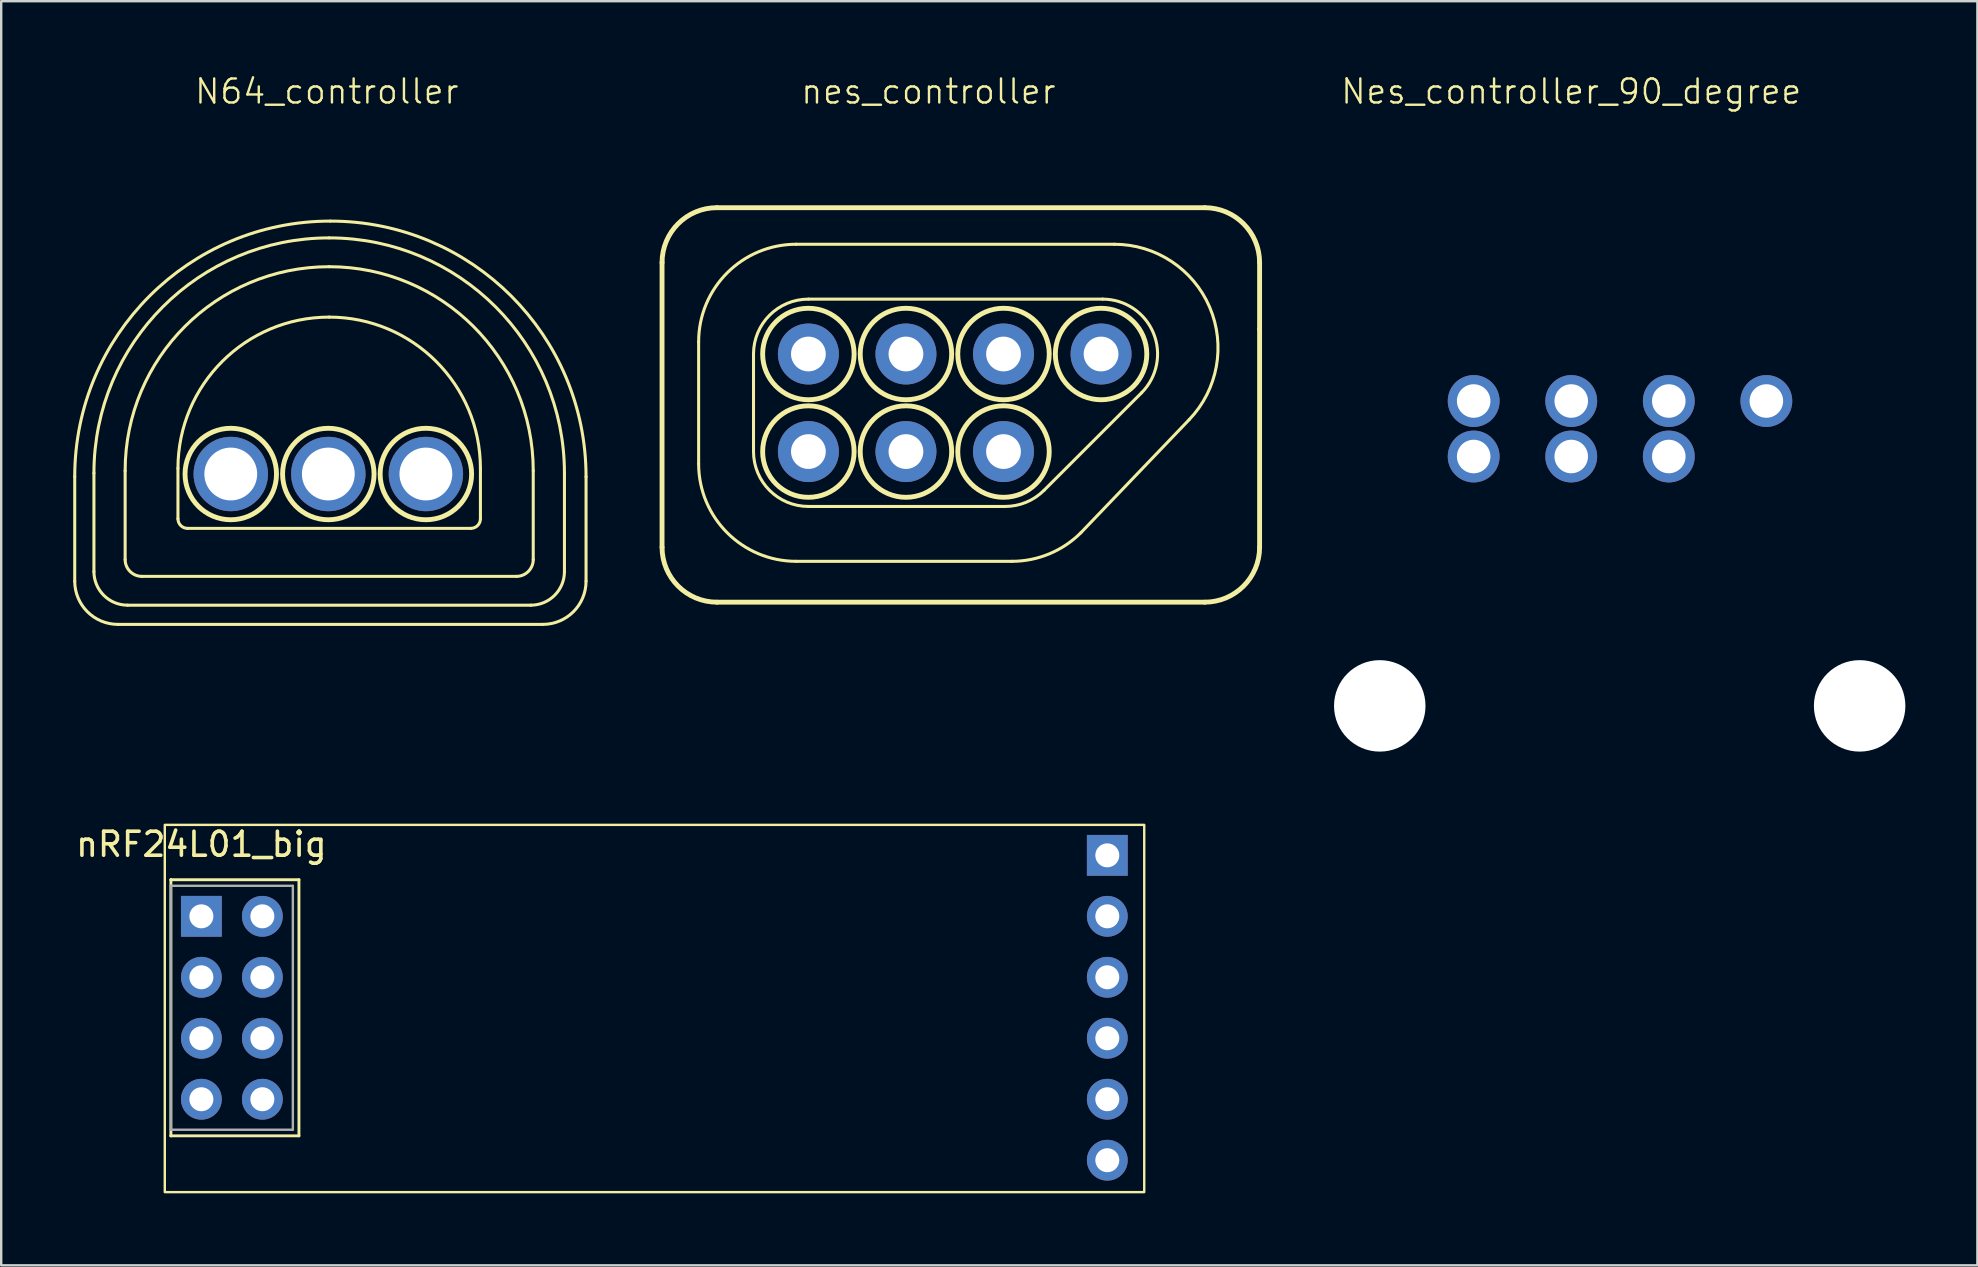
<source format=kicad_pcb>
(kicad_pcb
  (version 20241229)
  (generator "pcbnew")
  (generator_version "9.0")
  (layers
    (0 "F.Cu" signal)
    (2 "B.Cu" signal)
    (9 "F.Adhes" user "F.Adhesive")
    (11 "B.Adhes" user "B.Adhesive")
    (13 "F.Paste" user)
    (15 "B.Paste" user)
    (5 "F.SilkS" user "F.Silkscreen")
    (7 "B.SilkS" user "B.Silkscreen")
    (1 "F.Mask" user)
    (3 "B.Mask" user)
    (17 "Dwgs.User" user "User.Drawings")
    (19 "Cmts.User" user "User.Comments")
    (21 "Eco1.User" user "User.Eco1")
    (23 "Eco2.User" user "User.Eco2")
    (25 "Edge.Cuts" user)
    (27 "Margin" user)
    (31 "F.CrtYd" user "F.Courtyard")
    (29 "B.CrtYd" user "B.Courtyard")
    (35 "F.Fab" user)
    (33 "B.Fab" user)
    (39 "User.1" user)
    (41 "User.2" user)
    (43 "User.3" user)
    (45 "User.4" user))
  (footprint "N64_controller"
    (layer "F.Cu")
    (at 10.563 1.26)
    (property "Reference" "N64_controller" (at 0 -0.5 0) (unlocked yes) (layer "F.SilkS") (effects (font (size 1 1) (thickness 0.1))))
    (attr through_hole)
    (fp_line (start -10.5 19.9) (end -10.5 15.55) (stroke (width 0.127) (type solid)) (layer "F.SilkS"))
    (fp_line (start -9.7 19.5) (end -9.7 15.4) (stroke (width 0.127) (type solid)) (layer "F.SilkS"))
    (fp_line (start -8.7 21.7) (end 9 21.7) (stroke (width 0.127) (type solid)) (layer "F.SilkS"))
    (fp_line (start -8.4 19) (end -8.4 15.3) (stroke (width 0.127) (type solid)) (layer "F.SilkS"))
    (fp_line (start -8.3 20.9) (end 8.5 20.9) (stroke (width 0.127) (type solid)) (layer "F.SilkS"))
    (fp_line (start -7.7 19.7) (end 7.9 19.7) (stroke (width 0.127) (type solid)) (layer "F.SilkS"))
    (fp_line (start -6.2 17.3) (end -6.2 15.2) (stroke (width 0.127) (type solid)) (layer "F.SilkS"))
    (fp_line (start -5.8 17.7) (end 6 17.7) (stroke (width 0.127) (type solid)) (layer "F.SilkS"))
    (fp_line (start 6.4 17.3) (end 6.4 15.2) (stroke (width 0.127) (type solid)) (layer "F.SilkS"))
    (fp_line (start 8.6 19) (end 8.6 15.3) (stroke (width 0.127) (type solid)) (layer "F.SilkS"))
    (fp_line (start 9.9 19.5) (end 9.9 15.4) (stroke (width 0.127) (type solid)) (layer "F.SilkS"))
    (fp_line (start 10.8 19.9) (end 10.8 15.55) (stroke (width 0.127) (type solid)) (layer "F.SilkS"))
    (fp_arc (start -10.5 15.55) (mid -7.380687 8.019313) (end 0.15 4.9) (stroke (width 0.127) (type solid)) (layer "F.SilkS"))
    (fp_arc (start -9.7 15.4) (mid -6.829646 8.470354) (end 0.1 5.6) (stroke (width 0.127) (type solid)) (layer "F.SilkS"))
    (fp_arc (start -8.7 21.7) (mid -9.972792 21.172792) (end -10.5 19.9) (stroke (width 0.127) (type solid)) (layer "F.SilkS"))
    (fp_arc (start -8.4 15.3) (mid -5.910407 9.289593) (end 0.100001 6.800001) (stroke (width 0.127) (type solid)) (layer "F.SilkS"))
    (fp_arc (start -8.3 20.9) (mid -9.289949 20.489949) (end -9.7 19.5) (stroke (width 0.127) (type solid)) (layer "F.SilkS"))
    (fp_arc (start -7.7 19.7) (mid -8.194975 19.494975) (end -8.4 19) (stroke (width 0.127) (type solid)) (layer "F.SilkS"))
    (fp_arc (start -6.2 15.2) (mid -4.354772 10.745228) (end 0.100001 8.900001) (stroke (width 0.127) (type solid)) (layer "F.SilkS"))
    (fp_arc (start -5.8 17.7) (mid -6.082843 17.582843) (end -6.2 17.3) (stroke (width 0.127) (type solid)) (layer "F.SilkS"))
    (fp_arc (start 0.099998 6.8) (mid 6.110407 9.289592) (end 8.6 15.3) (stroke (width 0.127) (type solid)) (layer "F.SilkS"))
    (fp_arc (start 0.099998 8.9) (mid 4.554772 10.745227) (end 6.4 15.2) (stroke (width 0.127) (type solid)) (layer "F.SilkS"))
    (fp_arc (start 0.1 5.6) (mid 7.029646 8.470354) (end 9.9 15.4) (stroke (width 0.127) (type solid)) (layer "F.SilkS"))
    (fp_arc (start 0.149999 4.899999) (mid 7.680688 8.019312) (end 10.8 15.55) (stroke (width 0.127) (type solid)) (layer "F.SilkS"))
    (fp_arc (start 6.4 17.3) (mid 6.282843 17.582843) (end 6 17.7) (stroke (width 0.127) (type solid)) (layer "F.SilkS"))
    (fp_arc (start 8.6 19) (mid 8.394975 19.494975) (end 7.9 19.7) (stroke (width 0.127) (type solid)) (layer "F.SilkS"))
    (fp_arc (start 9.9 19.5) (mid 9.489949 20.489949) (end 8.5 20.9) (stroke (width 0.127) (type solid)) (layer "F.SilkS"))
    (fp_arc (start 10.8 19.9) (mid 10.272792 21.172792) (end 9 21.7) (stroke (width 0.127) (type solid)) (layer "F.SilkS"))
    (fp_circle (center -4 15.436) (end -2.095 15.436) (stroke (width 0.203) (type solid)) (fill no) (layer "F.SilkS"))
    (fp_circle (center 0.064 15.436) (end 1.969 15.436) (stroke (width 0.203) (type solid)) (fill no) (layer "F.SilkS"))
    (fp_circle (center 4.128 15.436) (end 6.033 15.436) (stroke (width 0.203) (type solid)) (fill no) (layer "F.SilkS"))
    (pad "1" thru_hole circle (at -4 15.436) (size 3.1 3.1) (drill 2.2) (layers "*.Cu" "*.Mask"))
    (pad "2" thru_hole circle (at 0.064 15.436) (size 3.1 3.1) (drill 2.2) (layers "*.Cu" "*.Mask"))
    (pad "3" thru_hole circle (at 4.128 15.436) (size 3.1 3.1) (drill 2.2) (layers "*.Cu" "*.Mask")))
  (footprint "nRF24L01_big"
    (layer "F.Cu")
    (at 5.339 35.121)
    (property "Reference" "nRF24L01_big" (at 0 -3 0) (layer "F.SilkS") (effects (font (size 1 1) (thickness 0.15))))
    (attr through_hole)
    (fp_line (start -1.27 -1.524) (end -1.27 -1.524) (stroke (width 0.12) (type solid)) (layer "F.SilkS"))
    (fp_line (start -1.27 -1.524) (end 4.064 -1.524) (stroke (width 0.12) (type solid)) (layer "F.SilkS"))
    (fp_line (start -1.27 9.144) (end -1.27 -1.524) (stroke (width 0.12) (type solid)) (layer "F.SilkS"))
    (fp_line (start -1.27 9.144) (end -1.27 9.144) (stroke (width 0.12) (type solid)) (layer "F.SilkS"))
    (fp_line (start 4.064 -1.524) (end 4.064 9.144) (stroke (width 0.12) (type solid)) (layer "F.SilkS"))
    (fp_line (start 4.064 9.144) (end -1.27 9.144) (stroke (width 0.12) (type solid)) (layer "F.SilkS"))
    (fp_rect (start -1.524 -3.81) (end 39.276 11.49) (stroke (width 0.1) (type default)) (fill no) (layer "F.SilkS"))
    (fp_line (start -1.27 -1.27) (end -1.27 -1.27) (stroke (width 0.1) (type solid)) (layer "F.Fab"))
    (fp_line (start -1.27 -1.27) (end 3.81 -1.27) (stroke (width 0.1) (type solid)) (layer "F.Fab"))
    (fp_line (start -1.27 8.89) (end -1.27 -1.27) (stroke (width 0.1) (type solid)) (layer "F.Fab"))
    (fp_line (start 3.81 -1.27) (end 3.81 8.89) (stroke (width 0.1) (type solid)) (layer "F.Fab"))
    (fp_line (start 3.81 8.89) (end -1.27 8.89) (stroke (width 0.1) (type solid)) (layer "F.Fab"))
    (pad "0" thru_hole rect (at 37.738 -2.54) (size 1.7 1.7) (drill 1) (layers "*.Cu" "*.Mask"))
    (pad "0" thru_hole oval (at 37.738 0) (size 1.7 1.7) (drill 1) (layers "*.Cu" "*.Mask"))
    (pad "0" thru_hole oval (at 37.738 2.54) (size 1.7 1.7) (drill 1) (layers "*.Cu" "*.Mask"))
    (pad "0" thru_hole oval (at 37.738 5.08) (size 1.7 1.7) (drill 1) (layers "*.Cu" "*.Mask"))
    (pad "0" thru_hole oval (at 37.738 7.62) (size 1.7 1.7) (drill 1) (layers "*.Cu" "*.Mask"))
    (pad "0" thru_hole oval (at 37.738 10.16) (size 1.7 1.7) (drill 1) (layers "*.Cu" "*.Mask"))
    (pad "1" thru_hole rect (at 0 0) (size 1.7 1.7) (drill 1) (layers "*.Cu" "*.Mask"))
    (pad "2" thru_hole circle (at 2.54 0) (size 1.7 1.7) (drill 1) (layers "*.Cu" "*.Mask"))
    (pad "3" thru_hole circle (at 0 2.54) (size 1.7 1.7) (drill 1) (layers "*.Cu" "*.Mask"))
    (pad "4" thru_hole circle (at 2.54 2.54) (size 1.7 1.7) (drill 1) (layers "*.Cu" "*.Mask"))
    (pad "5" thru_hole circle (at 0 5.08) (size 1.7 1.7) (drill 1) (layers "*.Cu" "*.Mask"))
    (pad "6" thru_hole circle (at 2.54 5.08) (size 1.7 1.7) (drill 1) (layers "*.Cu" "*.Mask"))
    (pad "7" thru_hole circle (at 0 7.62) (size 1.7 1.7) (drill 1) (layers "*.Cu" "*.Mask"))
    (pad "8" thru_hole circle (at 2.54 7.62) (size 1.7 1.7) (drill 1) (layers "*.Cu" "*.Mask")))
  (footprint "Nes_controller_90_degree"
    (layer "F.Cu")
    (at 62.403 1.26)
    (property "Reference" "Nes_controller_90_degree" (at 0 -0.5 0) (unlocked yes) (layer "F.SilkS") (effects (font (size 1 1) (thickness 0.1))))
    (attr through_hole)
    (pad "" np_thru_hole circle (at -7.976 25.095) (size 3.81 3.81) (drill 3.81) (layers "*.Cu" "*.Mask"))
    (pad "" np_thru_hole circle (at 12.014 25.095) (size 3.81 3.81) (drill 3.81) (layers "*.Cu" "*.Mask"))
    (pad "1" thru_hole circle (at 4.064 14.707) (size 2.159 2.159) (drill 1.397) (layers "*.Cu" "*.Mask"))
    (pad "2" thru_hole circle (at 4.064 12.395) (size 2.159 2.159) (drill 1.397) (layers "*.Cu" "*.Mask"))
    (pad "3" thru_hole circle (at 0 12.395) (size 2.159 2.159) (drill 1.397) (layers "*.Cu" "*.Mask"))
    (pad "4" thru_hole circle (at -4.064 12.395) (size 2.159 2.159) (drill 1.397) (layers "*.Cu" "*.Mask"))
    (pad "5" thru_hole circle (at 0 14.707) (size 2.159 2.159) (drill 1.397) (layers "*.Cu" "*.Mask"))
    (pad "6" thru_hole circle (at -4.064 14.707) (size 2.159 2.159) (drill 1.397) (layers "*.Cu" "*.Mask"))
    (pad "7" thru_hole circle (at 8.128 12.395) (size 2.159 2.159) (drill 1.397) (layers "*.Cu" "*.Mask")))
  (footprint "nes_controller"
    (layer "F.Cu")
    (at 36.125 4.261)
    (property "Reference" "nes_controller" (at -0.5 -3.5 0) (unlocked yes) (layer "F.SilkS") (effects (font (size 1 1) (thickness 0.1))))
    (attr through_hole)
    (fp_line (start -11.596 15.488) (end -11.596 3.626) (stroke (width 0.203) (type solid)) (layer "F.SilkS"))
    (fp_line (start -10.072 12.008) (end -10.072 6.928) (stroke (width 0.127) (type solid)) (layer "F.SilkS"))
    (fp_line (start -9.31 1.34) (end 11.01 1.34) (stroke (width 0.203) (type solid)) (layer "F.SilkS"))
    (fp_line (start -7.786 7.436) (end -7.786 11.5) (stroke (width 0.127) (type solid)) (layer "F.SilkS"))
    (fp_line (start -6.008 2.864) (end 7.246 2.864) (stroke (width 0.127) (type solid)) (layer "F.SilkS"))
    (fp_line (start -5.5 5.15) (end 6.761 5.15) (stroke (width 0.127) (type solid)) (layer "F.SilkS"))
    (fp_line (start -5.5 13.786) (end 2.697 13.786) (stroke (width 0.127) (type solid)) (layer "F.SilkS"))
    (fp_line (start 2.977 16.072) (end -6.008 16.072) (stroke (width 0.127) (type solid)) (layer "F.SilkS"))
    (fp_line (start 8.378 9.052) (end 4.314 13.116) (stroke (width 0.127) (type solid)) (layer "F.SilkS"))
    (fp_line (start 10.364 10.169) (end 5.85 14.882) (stroke (width 0.127) (type solid)) (layer "F.SilkS"))
    (fp_line (start 11.01 17.774) (end -9.31 17.774) (stroke (width 0.203) (type solid)) (layer "F.SilkS"))
    (fp_line (start 13.296 3.626) (end 13.296 6.395) (stroke (width 0.203) (type solid)) (layer "F.SilkS"))
    (fp_line (start 13.296 6.395) (end 13.296 15.488) (stroke (width 0.203) (type solid)) (layer "F.SilkS"))
    (fp_arc (start -11.596 3.626) (mid -10.926446 2.009554) (end -9.31 1.34) (stroke (width 0.2032) (type solid)) (layer "F.SilkS"))
    (fp_arc (start -10.072 6.928) (mid -8.881682 4.054317) (end -6.007999 2.863999) (stroke (width 0.127) (type solid)) (layer "F.SilkS"))
    (fp_arc (start -9.31 17.7738) (mid -10.926446 17.104246) (end -11.596 15.4878) (stroke (width 0.2032) (type solid)) (layer "F.SilkS"))
    (fp_arc (start -7.786 7.436) (mid -7.116446 5.819554) (end -5.5 5.15) (stroke (width 0.127) (type solid)) (layer "F.SilkS"))
    (fp_arc (start -6.008 16.072) (mid -8.881682 14.881681) (end -10.072 12.007998) (stroke (width 0.127) (type solid)) (layer "F.SilkS"))
    (fp_arc (start -5.5 13.786) (mid -7.116446 13.116446) (end -7.786 11.5) (stroke (width 0.127) (type solid)) (layer "F.SilkS"))
    (fp_arc (start 4.313553 13.116446) (mid 3.571921 13.611991) (end 2.697106 13.786) (stroke (width 0.127) (type solid)) (layer "F.SilkS"))
    (fp_arc (start 5.850318 14.881681) (mid 4.531861 15.762643) (end 2.976637 16.072) (stroke (width 0.127) (type solid)) (layer "F.SilkS"))
    (fp_arc (start 6.761106 5.15) (mid 8.873089 6.561187) (end 8.377553 9.052448) (stroke (width 0.127) (type solid)) (layer "F.SilkS"))
    (fp_arc (start 7.245625 2.864) (mid 11.216863 5.486609) (end 10.364111 10.168664) (stroke (width 0.127) (type solid)) (layer "F.SilkS"))
    (fp_arc (start 11.01 1.34) (mid 12.626446 2.009554) (end 13.296 3.626) (stroke (width 0.2032) (type solid)) (layer "F.SilkS"))
    (fp_arc (start 13.296 15.4878) (mid 12.626446 17.104246) (end 11.01 17.7738) (stroke (width 0.2032) (type solid)) (layer "F.SilkS"))
    (fp_circle (center -5.5 7.436) (end -3.595 7.436) (stroke (width 0.203) (type solid)) (fill no) (layer "F.SilkS"))
    (fp_circle (center -5.5 11.5) (end -3.595 11.5) (stroke (width 0.203) (type solid)) (fill no) (layer "F.SilkS"))
    (fp_circle (center -1.436 7.436) (end 0.469 7.436) (stroke (width 0.203) (type solid)) (fill no) (layer "F.SilkS"))
    (fp_circle (center -1.436 11.5) (end 0.469 11.5) (stroke (width 0.203) (type solid)) (fill no) (layer "F.SilkS"))
    (fp_circle (center 2.628 7.436) (end 4.533 7.436) (stroke (width 0.203) (type solid)) (fill no) (layer "F.SilkS"))
    (fp_circle (center 2.628 11.5) (end 4.533 11.5) (stroke (width 0.203) (type solid)) (fill no) (layer "F.SilkS"))
    (fp_circle (center 6.692 7.436) (end 8.597 7.436) (stroke (width 0.203) (type solid)) (fill no) (layer "F.SilkS"))
    (pad "1" thru_hole circle (at 2.628 11.5) (size 2.54 2.54) (drill 1.448) (layers "*.Cu" "*.Mask"))
    (pad "2" thru_hole circle (at 2.628 7.436) (size 2.54 2.54) (drill 1.448) (layers "*.Cu" "*.Mask"))
    (pad "3" thru_hole circle (at -1.436 7.436) (size 2.54 2.54) (drill 1.448) (layers "*.Cu" "*.Mask"))
    (pad "4" thru_hole circle (at -5.5 7.436) (size 2.54 2.54) (drill 1.448) (layers "*.Cu" "*.Mask"))
    (pad "5" thru_hole circle (at -1.436 11.5) (size 2.54 2.54) (drill 1.448) (layers "*.Cu" "*.Mask"))
    (pad "6" thru_hole circle (at -5.5 11.5) (size 2.54 2.54) (drill 1.448) (layers "*.Cu" "*.Mask"))
    (pad "7" thru_hole circle (at 6.692 7.436) (size 2.54 2.54) (drill 1.448) (layers "*.Cu" "*.Mask")))
  (gr_rect
    (start -3 -3)
    (end 79.322 49.661)
    (stroke (width 0.1) (type default))
    (fill no)
    (layer "Edge.Cuts")))
</source>
